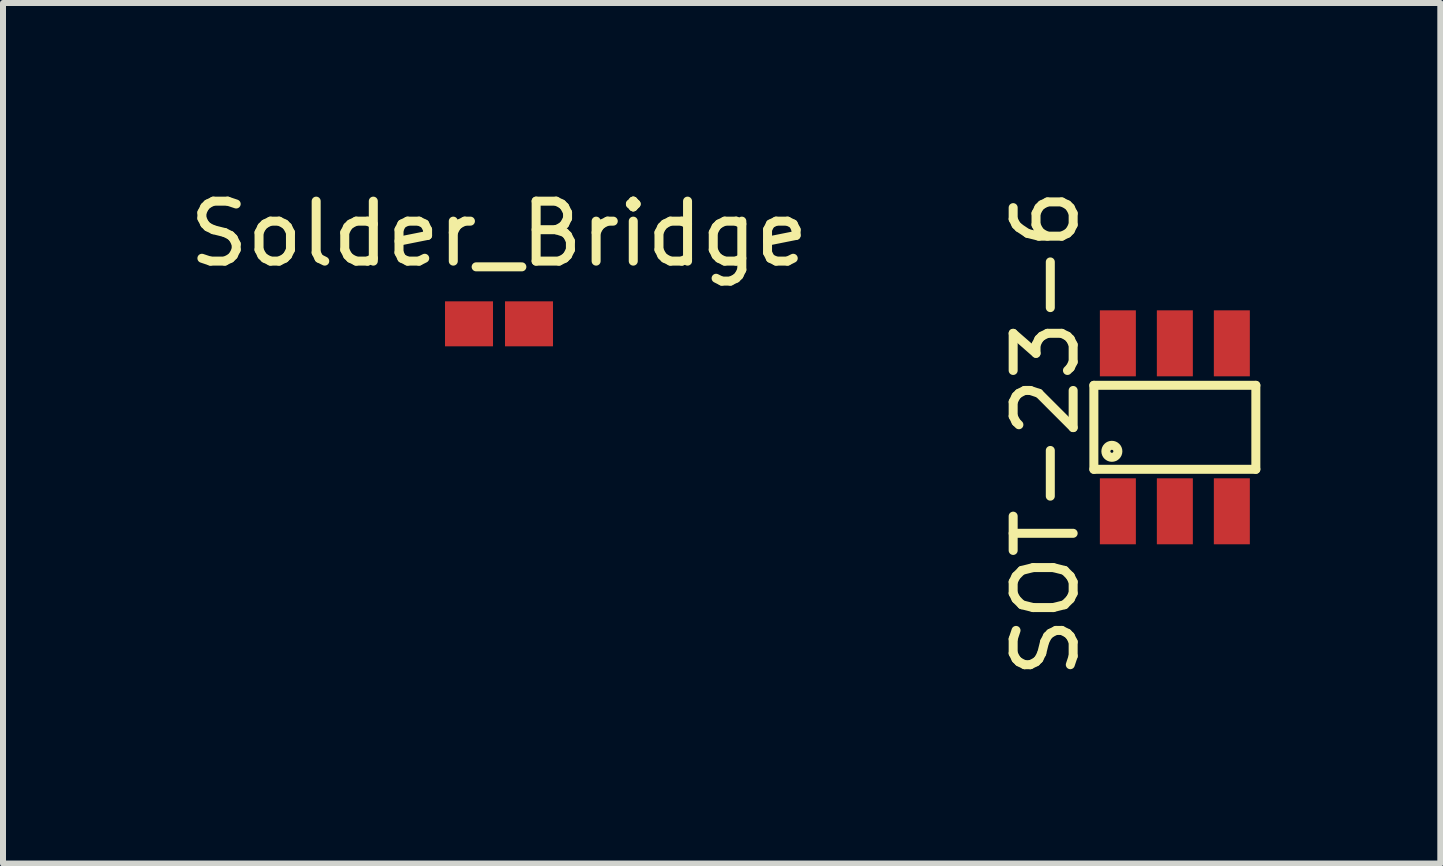
<source format=kicad_pcb>
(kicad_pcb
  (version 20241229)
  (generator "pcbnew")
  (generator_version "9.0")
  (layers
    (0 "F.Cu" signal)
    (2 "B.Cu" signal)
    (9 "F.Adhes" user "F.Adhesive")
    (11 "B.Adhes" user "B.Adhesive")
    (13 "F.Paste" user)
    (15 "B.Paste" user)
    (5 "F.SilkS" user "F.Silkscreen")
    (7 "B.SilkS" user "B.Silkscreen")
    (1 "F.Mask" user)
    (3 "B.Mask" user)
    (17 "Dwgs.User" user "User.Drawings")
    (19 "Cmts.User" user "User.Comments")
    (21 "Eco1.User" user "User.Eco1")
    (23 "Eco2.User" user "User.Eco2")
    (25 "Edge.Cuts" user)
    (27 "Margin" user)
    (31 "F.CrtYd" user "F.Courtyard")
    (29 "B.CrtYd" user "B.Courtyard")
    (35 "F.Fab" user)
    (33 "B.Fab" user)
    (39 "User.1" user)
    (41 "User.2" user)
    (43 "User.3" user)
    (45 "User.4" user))
  (footprint "SOT-23-6"
    (layer "F.Cu")
    (at 15.584 5.473)
    (property "Reference" "SOT-23-6" (at -1.2 -1.3 90) (layer "F.SilkS") (effects (font (size 1 1) (thickness 0.15))))
    (attr through_hole)
    (fp_line (start -0.4 -2.1) (end 2.3 -2.1) (stroke (width 0.15) (type solid)) (layer "F.SilkS"))
    (fp_line (start -0.4 -0.7) (end -0.4 -2.1) (stroke (width 0.15) (type solid)) (layer "F.SilkS"))
    (fp_line (start 2.3 -2.1) (end 2.3 -0.7) (stroke (width 0.15) (type solid)) (layer "F.SilkS"))
    (fp_line (start 2.3 -0.7) (end -0.4 -0.7) (stroke (width 0.15) (type solid)) (layer "F.SilkS"))
    (fp_circle (center -0.1 -1) (end -0.1 -0.9) (stroke (width 0.15) (type solid)) (fill no) (layer "F.SilkS"))
    (pad "1" smd rect (at 0 0) (size 0.6 1.1) (layers "F.Cu" "F.Mask" "F.Paste"))
    (pad "2" smd rect (at 0.95 0) (size 0.6 1.1) (layers "F.Cu" "F.Mask" "F.Paste"))
    (pad "3" smd rect (at 1.9 0) (size 0.6 1.1) (layers "F.Cu" "F.Mask" "F.Paste"))
    (pad "4" smd rect (at 1.9 -2.8) (size 0.6 1.1) (layers "F.Cu" "F.Mask" "F.Paste"))
    (pad "5" smd rect (at 0.95 -2.8) (size 0.6 1.1) (layers "F.Cu" "F.Mask" "F.Paste"))
    (pad "6" smd rect (at 0 -2.8) (size 0.6 1.1) (layers "F.Cu" "F.Mask" "F.Paste")))
  (footprint "Solder_Bridge"
    (layer "F.Cu")
    (at 5.268 2.348)
    (property "Reference" "Solder_Bridge" (at 0 -1.5 0) (layer "F.SilkS") (effects (font (size 1 1) (thickness 0.15))))
    (attr smd)
    (pad "1" smd rect (at -0.5 0) (size 0.8 0.75) (layers "F.Cu" "F.Mask" "F.Paste"))
    (pad "2" smd rect (at 0.5 0) (size 0.8 0.75) (layers "F.Cu" "F.Mask" "F.Paste")))
  (gr_rect
    (start -3 -3)
    (end 20.959 11.345)
    (stroke (width 0.1) (type default))
    (fill no)
    (layer "Edge.Cuts")))
</source>
